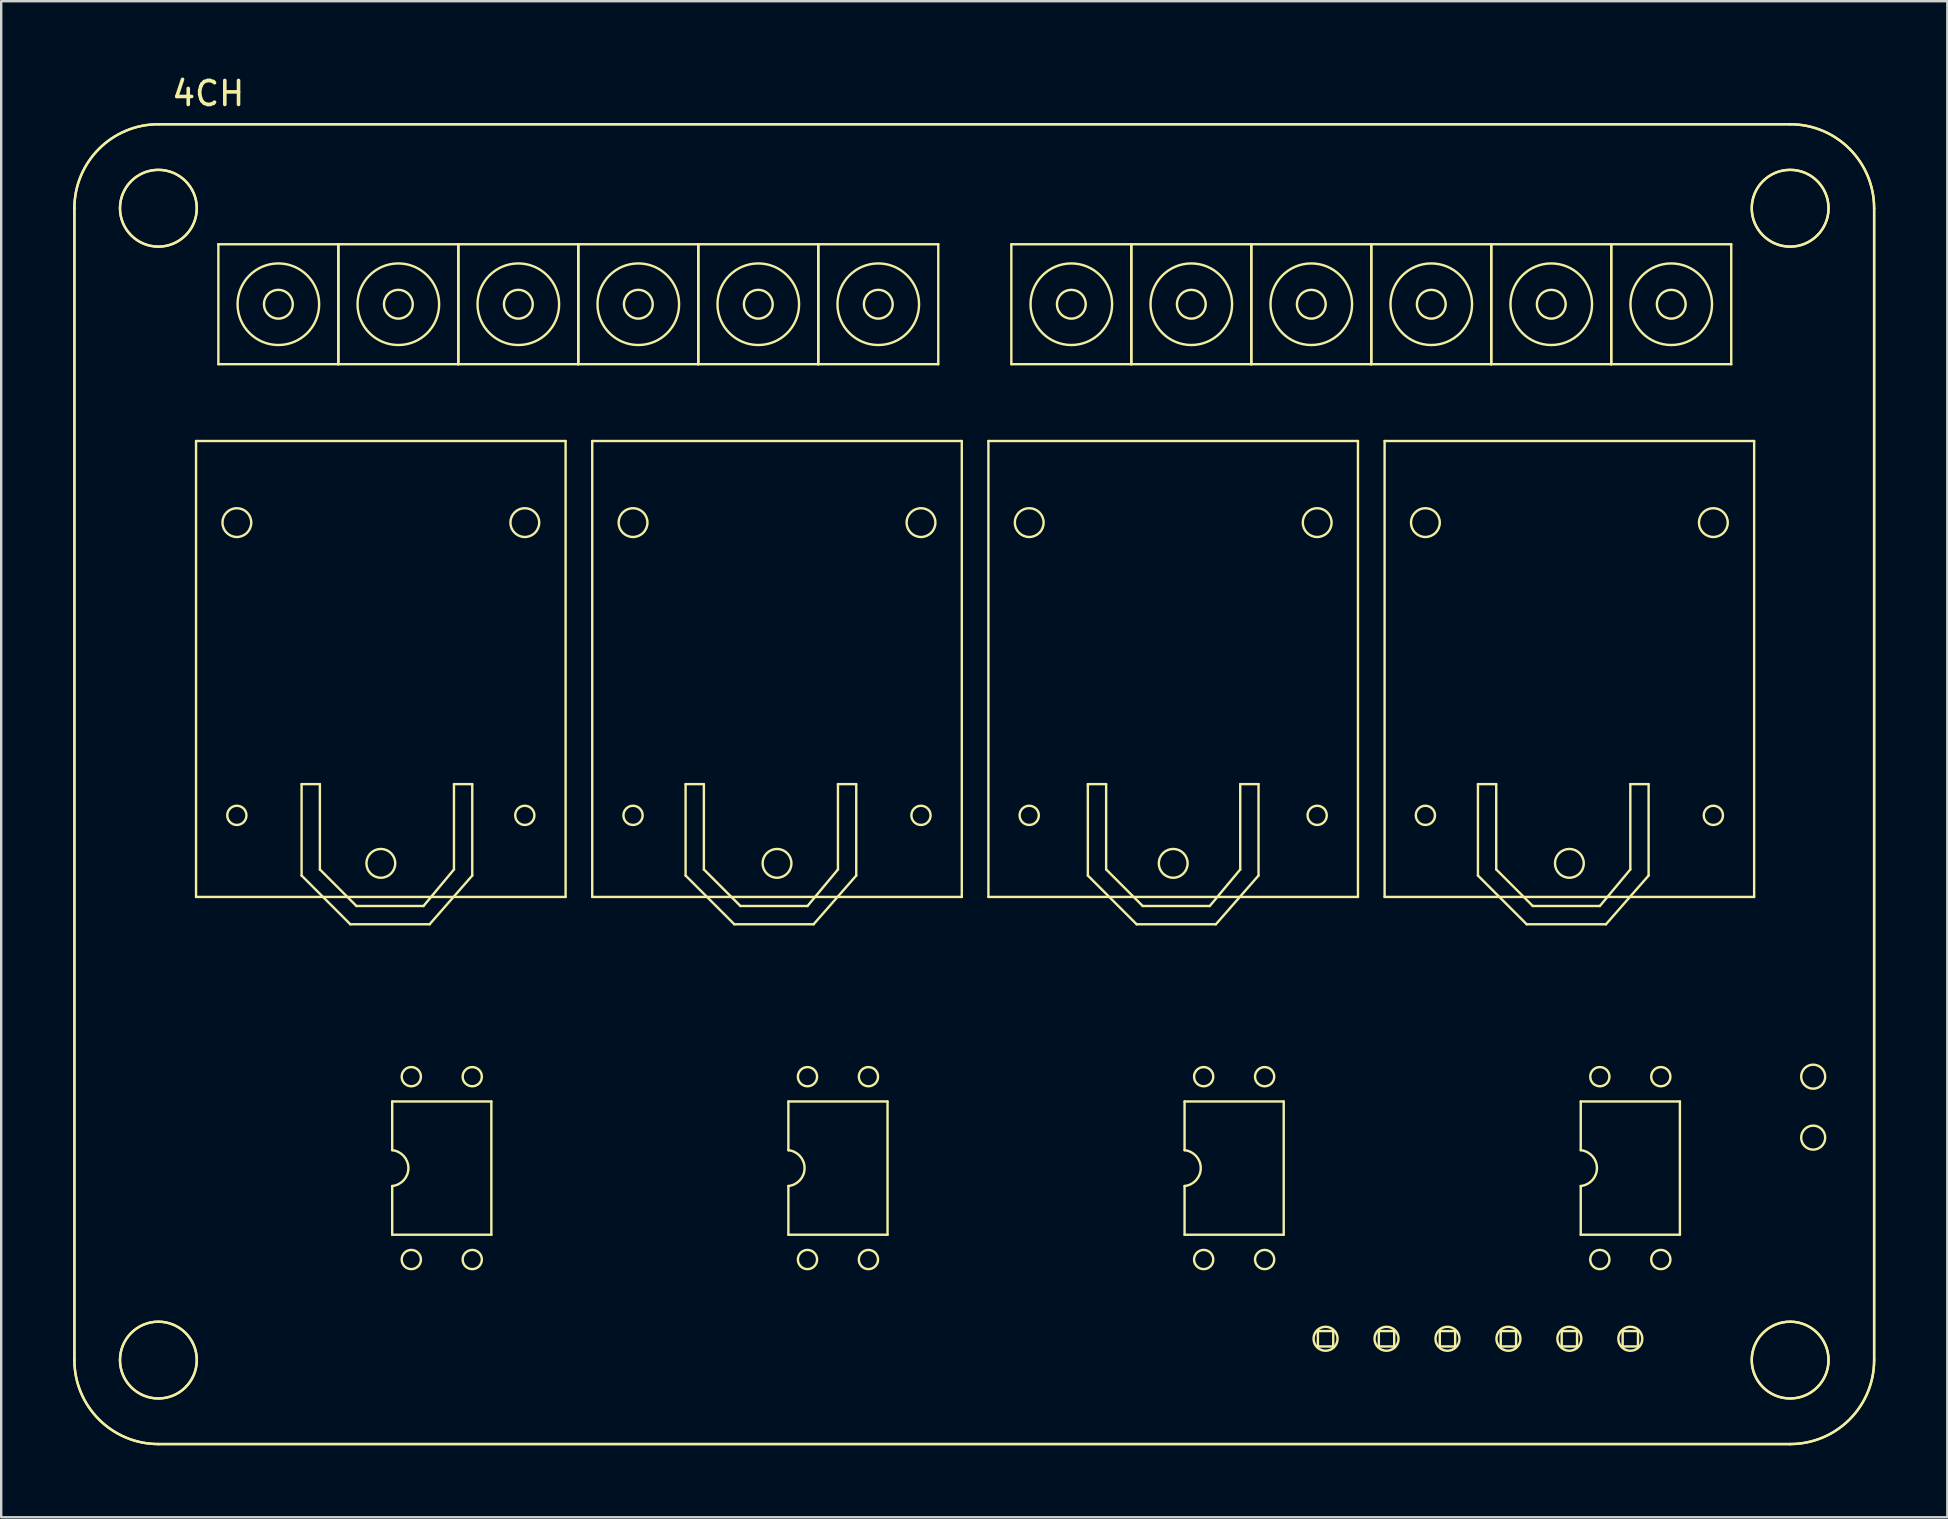
<source format=kicad_pcb>
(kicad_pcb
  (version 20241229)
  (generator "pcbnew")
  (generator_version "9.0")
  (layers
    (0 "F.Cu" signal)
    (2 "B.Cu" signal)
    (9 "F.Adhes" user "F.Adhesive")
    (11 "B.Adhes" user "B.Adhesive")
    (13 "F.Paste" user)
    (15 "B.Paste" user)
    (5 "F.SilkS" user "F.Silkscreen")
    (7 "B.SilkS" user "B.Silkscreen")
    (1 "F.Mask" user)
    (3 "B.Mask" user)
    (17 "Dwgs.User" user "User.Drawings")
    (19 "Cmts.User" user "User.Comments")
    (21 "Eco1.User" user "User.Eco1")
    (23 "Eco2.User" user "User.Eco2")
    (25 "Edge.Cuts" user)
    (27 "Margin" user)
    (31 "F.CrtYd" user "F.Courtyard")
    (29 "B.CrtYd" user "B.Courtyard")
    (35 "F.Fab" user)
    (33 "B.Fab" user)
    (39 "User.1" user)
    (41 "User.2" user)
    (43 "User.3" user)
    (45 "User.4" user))
  (footprint "4CH"
    (layer "F.Cu")
    (at 38.14 34.328)
    (property "Reference" "4CH" (at -32.512 -33.48 0) (unlocked yes) (layer "F.SilkS") (effects (font (size 1 1) (thickness 0.15))))
    (attr smd)
    (fp_line (start -38.09 -28.7) (end -38.09 19.3) (stroke (width 0.1) (type solid)) (layer "F.SilkS"))
    (fp_line (start -38.09 -28.7) (end -38.09 19.3) (stroke (width 0.1) (type solid)) (layer "F.SilkS"))
    (fp_line (start -34.59 22.8) (end 33.41 22.8) (stroke (width 0.1) (type solid)) (layer "F.SilkS"))
    (fp_line (start -34.59 22.8) (end 33.41 22.8) (stroke (width 0.1) (type solid)) (layer "F.SilkS"))
    (fp_line (start -33.02 -19) (end -33.02 0) (stroke (width 0.1) (type solid)) (layer "F.SilkS"))
    (fp_line (start -33.02 0) (end -17.62 0) (stroke (width 0.1) (type solid)) (layer "F.SilkS"))
    (fp_line (start -32.09 -27.2) (end -32.09 -22.2) (stroke (width 0.1) (type solid)) (layer "F.SilkS"))
    (fp_line (start -32.09 -22.2) (end -27.09 -22.2) (stroke (width 0.1) (type solid)) (layer "F.SilkS"))
    (fp_line (start -28.622 -4.702) (end -27.86 -4.702) (stroke (width 0.1) (type solid)) (layer "F.SilkS"))
    (fp_line (start -28.622 -0.892) (end -28.622 -4.702) (stroke (width 0.1) (type solid)) (layer "F.SilkS"))
    (fp_line (start -27.86 -4.702) (end -27.86 -1.146) (stroke (width 0.1) (type solid)) (layer "F.SilkS"))
    (fp_line (start -27.86 -1.146) (end -26.336 0.378) (stroke (width 0.1) (type solid)) (layer "F.SilkS"))
    (fp_line (start -27.09 -27.2) (end -32.09 -27.2) (stroke (width 0.1) (type solid)) (layer "F.SilkS"))
    (fp_line (start -27.09 -27.2) (end -27.09 -22.2) (stroke (width 0.1) (type solid)) (layer "F.SilkS"))
    (fp_line (start -27.09 -22.2) (end -27.09 -27.2) (stroke (width 0.1) (type solid)) (layer "F.SilkS"))
    (fp_line (start -27.09 -22.2) (end -22.09 -22.2) (stroke (width 0.1) (type solid)) (layer "F.SilkS"))
    (fp_line (start -26.59 1.14) (end -28.622 -0.892) (stroke (width 0.1) (type solid)) (layer "F.SilkS"))
    (fp_line (start -26.336 0.378) (end -23.542 0.378) (stroke (width 0.1) (type solid)) (layer "F.SilkS"))
    (fp_line (start -24.846 8.524) (end -24.846 10.554) (stroke (width 0.1) (type solid)) (layer "F.SilkS"))
    (fp_line (start -24.846 12.046) (end -24.846 14.076) (stroke (width 0.1) (type solid)) (layer "F.SilkS"))
    (fp_line (start -24.846 14.076) (end -20.714 14.076) (stroke (width 0.1) (type solid)) (layer "F.SilkS"))
    (fp_line (start -23.542 0.378) (end -22.272 -1.146) (stroke (width 0.1) (type solid)) (layer "F.SilkS"))
    (fp_line (start -23.288 1.14) (end -26.59 1.14) (stroke (width 0.1) (type solid)) (layer "F.SilkS"))
    (fp_line (start -22.272 -4.702) (end -21.51 -4.702) (stroke (width 0.1) (type solid)) (layer "F.SilkS"))
    (fp_line (start -22.272 -1.146) (end -22.272 -4.702) (stroke (width 0.1) (type solid)) (layer "F.SilkS"))
    (fp_line (start -22.09 -27.2) (end -27.09 -27.2) (stroke (width 0.1) (type solid)) (layer "F.SilkS"))
    (fp_line (start -22.09 -27.2) (end -22.09 -22.2) (stroke (width 0.1) (type solid)) (layer "F.SilkS"))
    (fp_line (start -22.09 -22.2) (end -22.09 -27.2) (stroke (width 0.1) (type solid)) (layer "F.SilkS"))
    (fp_line (start -22.09 -22.2) (end -17.09 -22.2) (stroke (width 0.1) (type solid)) (layer "F.SilkS"))
    (fp_line (start -21.51 -4.702) (end -21.51 -0.892) (stroke (width 0.1) (type solid)) (layer "F.SilkS"))
    (fp_line (start -21.51 -0.892) (end -23.288 1.14) (stroke (width 0.1) (type solid)) (layer "F.SilkS"))
    (fp_line (start -20.714 8.524) (end -24.846 8.524) (stroke (width 0.1) (type solid)) (layer "F.SilkS"))
    (fp_line (start -20.714 14.076) (end -20.714 8.524) (stroke (width 0.1) (type solid)) (layer "F.SilkS"))
    (fp_line (start -17.62 -19) (end -33.02 -19) (stroke (width 0.1) (type solid)) (layer "F.SilkS"))
    (fp_line (start -17.62 0) (end -17.62 -19) (stroke (width 0.1) (type solid)) (layer "F.SilkS"))
    (fp_line (start -17.09 -27.2) (end -22.09 -27.2) (stroke (width 0.1) (type solid)) (layer "F.SilkS"))
    (fp_line (start -17.09 -27.2) (end -17.09 -22.2) (stroke (width 0.1) (type solid)) (layer "F.SilkS"))
    (fp_line (start -17.09 -22.2) (end -17.09 -27.2) (stroke (width 0.1) (type solid)) (layer "F.SilkS"))
    (fp_line (start -17.09 -22.2) (end -12.09 -22.2) (stroke (width 0.1) (type solid)) (layer "F.SilkS"))
    (fp_line (start -16.51 -19) (end -16.51 0) (stroke (width 0.1) (type solid)) (layer "F.SilkS"))
    (fp_line (start -16.51 0) (end -1.11 0) (stroke (width 0.1) (type solid)) (layer "F.SilkS"))
    (fp_line (start -12.62 -4.702) (end -11.858 -4.702) (stroke (width 0.1) (type solid)) (layer "F.SilkS"))
    (fp_line (start -12.62 -0.892) (end -12.62 -4.702) (stroke (width 0.1) (type solid)) (layer "F.SilkS"))
    (fp_line (start -12.09 -27.2) (end -17.09 -27.2) (stroke (width 0.1) (type solid)) (layer "F.SilkS"))
    (fp_line (start -12.09 -27.2) (end -12.09 -22.2) (stroke (width 0.1) (type solid)) (layer "F.SilkS"))
    (fp_line (start -12.09 -22.2) (end -12.09 -27.2) (stroke (width 0.1) (type solid)) (layer "F.SilkS"))
    (fp_line (start -12.09 -22.2) (end -7.09 -22.2) (stroke (width 0.1) (type solid)) (layer "F.SilkS"))
    (fp_line (start -11.858 -4.702) (end -11.858 -1.146) (stroke (width 0.1) (type solid)) (layer "F.SilkS"))
    (fp_line (start -11.858 -1.146) (end -10.334 0.378) (stroke (width 0.1) (type solid)) (layer "F.SilkS"))
    (fp_line (start -10.588 1.14) (end -12.62 -0.892) (stroke (width 0.1) (type solid)) (layer "F.SilkS"))
    (fp_line (start -10.334 0.378) (end -7.54 0.378) (stroke (width 0.1) (type solid)) (layer "F.SilkS"))
    (fp_line (start -8.336 8.524) (end -8.336 10.554) (stroke (width 0.1) (type solid)) (layer "F.SilkS"))
    (fp_line (start -8.336 12.046) (end -8.336 14.076) (stroke (width 0.1) (type solid)) (layer "F.SilkS"))
    (fp_line (start -8.336 14.076) (end -4.204 14.076) (stroke (width 0.1) (type solid)) (layer "F.SilkS"))
    (fp_line (start -7.54 0.378) (end -6.27 -1.146) (stroke (width 0.1) (type solid)) (layer "F.SilkS"))
    (fp_line (start -7.286 1.14) (end -10.588 1.14) (stroke (width 0.1) (type solid)) (layer "F.SilkS"))
    (fp_line (start -7.09 -27.2) (end -12.09 -27.2) (stroke (width 0.1) (type solid)) (layer "F.SilkS"))
    (fp_line (start -7.09 -27.2) (end -7.09 -22.2) (stroke (width 0.1) (type solid)) (layer "F.SilkS"))
    (fp_line (start -7.09 -22.2) (end -7.09 -27.2) (stroke (width 0.1) (type solid)) (layer "F.SilkS"))
    (fp_line (start -7.09 -22.2) (end -2.09 -22.2) (stroke (width 0.1) (type solid)) (layer "F.SilkS"))
    (fp_line (start -6.27 -4.702) (end -5.508 -4.702) (stroke (width 0.1) (type solid)) (layer "F.SilkS"))
    (fp_line (start -6.27 -1.146) (end -6.27 -4.702) (stroke (width 0.1) (type solid)) (layer "F.SilkS"))
    (fp_line (start -5.508 -4.702) (end -5.508 -0.892) (stroke (width 0.1) (type solid)) (layer "F.SilkS"))
    (fp_line (start -5.508 -0.892) (end -7.286 1.14) (stroke (width 0.1) (type solid)) (layer "F.SilkS"))
    (fp_line (start -4.204 8.524) (end -8.336 8.524) (stroke (width 0.1) (type solid)) (layer "F.SilkS"))
    (fp_line (start -4.204 14.076) (end -4.204 8.524) (stroke (width 0.1) (type solid)) (layer "F.SilkS"))
    (fp_line (start -2.09 -27.2) (end -7.09 -27.2) (stroke (width 0.1) (type solid)) (layer "F.SilkS"))
    (fp_line (start -2.09 -22.2) (end -2.09 -27.2) (stroke (width 0.1) (type solid)) (layer "F.SilkS"))
    (fp_line (start -1.11 -19) (end -16.51 -19) (stroke (width 0.1) (type solid)) (layer "F.SilkS"))
    (fp_line (start -1.11 0) (end -1.11 -19) (stroke (width 0.1) (type solid)) (layer "F.SilkS"))
    (fp_line (start 0 -19) (end 0 0) (stroke (width 0.1) (type solid)) (layer "F.SilkS"))
    (fp_line (start 0 0) (end 15.4 0) (stroke (width 0.1) (type solid)) (layer "F.SilkS"))
    (fp_line (start 0.955 -27.2) (end 0.955 -22.2) (stroke (width 0.1) (type solid)) (layer "F.SilkS"))
    (fp_line (start 0.955 -22.2) (end 5.955 -22.2) (stroke (width 0.1) (type solid)) (layer "F.SilkS"))
    (fp_line (start 4.144 -4.702) (end 4.906 -4.702) (stroke (width 0.1) (type solid)) (layer "F.SilkS"))
    (fp_line (start 4.144 -0.892) (end 4.144 -4.702) (stroke (width 0.1) (type solid)) (layer "F.SilkS"))
    (fp_line (start 4.906 -4.702) (end 4.906 -1.146) (stroke (width 0.1) (type solid)) (layer "F.SilkS"))
    (fp_line (start 4.906 -1.146) (end 6.43 0.378) (stroke (width 0.1) (type solid)) (layer "F.SilkS"))
    (fp_line (start 5.955 -27.2) (end 0.955 -27.2) (stroke (width 0.1) (type solid)) (layer "F.SilkS"))
    (fp_line (start 5.955 -27.2) (end 5.955 -22.2) (stroke (width 0.1) (type solid)) (layer "F.SilkS"))
    (fp_line (start 5.955 -22.2) (end 5.955 -27.2) (stroke (width 0.1) (type solid)) (layer "F.SilkS"))
    (fp_line (start 5.955 -22.2) (end 10.955 -22.2) (stroke (width 0.1) (type solid)) (layer "F.SilkS"))
    (fp_line (start 6.176 1.14) (end 4.144 -0.892) (stroke (width 0.1) (type solid)) (layer "F.SilkS"))
    (fp_line (start 6.43 0.378) (end 9.224 0.378) (stroke (width 0.1) (type solid)) (layer "F.SilkS"))
    (fp_line (start 8.174 8.524) (end 8.174 10.554) (stroke (width 0.1) (type solid)) (layer "F.SilkS"))
    (fp_line (start 8.174 12.046) (end 8.174 14.076) (stroke (width 0.1) (type solid)) (layer "F.SilkS"))
    (fp_line (start 8.174 14.076) (end 12.306 14.076) (stroke (width 0.1) (type solid)) (layer "F.SilkS"))
    (fp_line (start 9.224 0.378) (end 10.494 -1.146) (stroke (width 0.1) (type solid)) (layer "F.SilkS"))
    (fp_line (start 9.478 1.14) (end 6.176 1.14) (stroke (width 0.1) (type solid)) (layer "F.SilkS"))
    (fp_line (start 10.494 -4.702) (end 11.256 -4.702) (stroke (width 0.1) (type solid)) (layer "F.SilkS"))
    (fp_line (start 10.494 -1.146) (end 10.494 -4.702) (stroke (width 0.1) (type solid)) (layer "F.SilkS"))
    (fp_line (start 10.955 -27.2) (end 5.955 -27.2) (stroke (width 0.1) (type solid)) (layer "F.SilkS"))
    (fp_line (start 10.955 -27.2) (end 10.955 -22.2) (stroke (width 0.1) (type solid)) (layer "F.SilkS"))
    (fp_line (start 10.955 -22.2) (end 10.955 -27.2) (stroke (width 0.1) (type solid)) (layer "F.SilkS"))
    (fp_line (start 10.955 -22.2) (end 15.955 -22.2) (stroke (width 0.1) (type solid)) (layer "F.SilkS"))
    (fp_line (start 11.256 -4.702) (end 11.256 -0.892) (stroke (width 0.1) (type solid)) (layer "F.SilkS"))
    (fp_line (start 11.256 -0.892) (end 9.478 1.14) (stroke (width 0.1) (type solid)) (layer "F.SilkS"))
    (fp_line (start 12.306 8.524) (end 8.174 8.524) (stroke (width 0.1) (type solid)) (layer "F.SilkS"))
    (fp_line (start 12.306 14.076) (end 12.306 8.524) (stroke (width 0.1) (type solid)) (layer "F.SilkS"))
    (fp_line (start 13.73 18.092) (end 13.73 18.732) (stroke (width 0.1) (type solid)) (layer "F.SilkS"))
    (fp_line (start 13.73 18.732) (end 14.37 18.732) (stroke (width 0.1) (type solid)) (layer "F.SilkS"))
    (fp_line (start 14.37 18.092) (end 13.73 18.092) (stroke (width 0.1) (type solid)) (layer "F.SilkS"))
    (fp_line (start 14.37 18.732) (end 14.37 18.092) (stroke (width 0.1) (type solid)) (layer "F.SilkS"))
    (fp_line (start 15.4 -19) (end 0 -19) (stroke (width 0.1) (type solid)) (layer "F.SilkS"))
    (fp_line (start 15.4 0) (end 15.4 -19) (stroke (width 0.1) (type solid)) (layer "F.SilkS"))
    (fp_line (start 15.955 -27.2) (end 10.955 -27.2) (stroke (width 0.1) (type solid)) (layer "F.SilkS"))
    (fp_line (start 15.955 -27.2) (end 15.955 -22.2) (stroke (width 0.1) (type solid)) (layer "F.SilkS"))
    (fp_line (start 15.955 -22.2) (end 15.955 -27.2) (stroke (width 0.1) (type solid)) (layer "F.SilkS"))
    (fp_line (start 15.955 -22.2) (end 20.955 -22.2) (stroke (width 0.1) (type solid)) (layer "F.SilkS"))
    (fp_line (start 16.27 18.092) (end 16.27 18.732) (stroke (width 0.1) (type solid)) (layer "F.SilkS"))
    (fp_line (start 16.27 18.732) (end 16.91 18.732) (stroke (width 0.1) (type solid)) (layer "F.SilkS"))
    (fp_line (start 16.51 -19) (end 16.51 0) (stroke (width 0.1) (type solid)) (layer "F.SilkS"))
    (fp_line (start 16.51 0) (end 31.91 0) (stroke (width 0.1) (type solid)) (layer "F.SilkS"))
    (fp_line (start 16.91 18.092) (end 16.27 18.092) (stroke (width 0.1) (type solid)) (layer "F.SilkS"))
    (fp_line (start 16.91 18.732) (end 16.91 18.092) (stroke (width 0.1) (type solid)) (layer "F.SilkS"))
    (fp_line (start 18.81 18.092) (end 18.81 18.732) (stroke (width 0.1) (type solid)) (layer "F.SilkS"))
    (fp_line (start 18.81 18.732) (end 19.45 18.732) (stroke (width 0.1) (type solid)) (layer "F.SilkS"))
    (fp_line (start 19.45 18.092) (end 18.81 18.092) (stroke (width 0.1) (type solid)) (layer "F.SilkS"))
    (fp_line (start 19.45 18.732) (end 19.45 18.092) (stroke (width 0.1) (type solid)) (layer "F.SilkS"))
    (fp_line (start 20.4 -4.702) (end 21.162 -4.702) (stroke (width 0.1) (type solid)) (layer "F.SilkS"))
    (fp_line (start 20.4 -0.892) (end 20.4 -4.702) (stroke (width 0.1) (type solid)) (layer "F.SilkS"))
    (fp_line (start 20.955 -27.2) (end 15.955 -27.2) (stroke (width 0.1) (type solid)) (layer "F.SilkS"))
    (fp_line (start 20.955 -27.2) (end 20.955 -22.2) (stroke (width 0.1) (type solid)) (layer "F.SilkS"))
    (fp_line (start 20.955 -22.2) (end 20.955 -27.2) (stroke (width 0.1) (type solid)) (layer "F.SilkS"))
    (fp_line (start 20.955 -22.2) (end 25.955 -22.2) (stroke (width 0.1) (type solid)) (layer "F.SilkS"))
    (fp_line (start 21.162 -4.702) (end 21.162 -1.146) (stroke (width 0.1) (type solid)) (layer "F.SilkS"))
    (fp_line (start 21.162 -1.146) (end 22.686 0.378) (stroke (width 0.1) (type solid)) (layer "F.SilkS"))
    (fp_line (start 21.35 18.092) (end 21.35 18.732) (stroke (width 0.1) (type solid)) (layer "F.SilkS"))
    (fp_line (start 21.35 18.732) (end 21.99 18.732) (stroke (width 0.1) (type solid)) (layer "F.SilkS"))
    (fp_line (start 21.99 18.092) (end 21.35 18.092) (stroke (width 0.1) (type solid)) (layer "F.SilkS"))
    (fp_line (start 21.99 18.732) (end 21.99 18.092) (stroke (width 0.1) (type solid)) (layer "F.SilkS"))
    (fp_line (start 22.432 1.14) (end 20.4 -0.892) (stroke (width 0.1) (type solid)) (layer "F.SilkS"))
    (fp_line (start 22.686 0.378) (end 25.48 0.378) (stroke (width 0.1) (type solid)) (layer "F.SilkS"))
    (fp_line (start 23.89 18.092) (end 23.89 18.732) (stroke (width 0.1) (type solid)) (layer "F.SilkS"))
    (fp_line (start 23.89 18.732) (end 24.53 18.732) (stroke (width 0.1) (type solid)) (layer "F.SilkS"))
    (fp_line (start 24.53 18.092) (end 23.89 18.092) (stroke (width 0.1) (type solid)) (layer "F.SilkS"))
    (fp_line (start 24.53 18.732) (end 24.53 18.092) (stroke (width 0.1) (type solid)) (layer "F.SilkS"))
    (fp_line (start 24.684 8.524) (end 24.684 10.554) (stroke (width 0.1) (type solid)) (layer "F.SilkS"))
    (fp_line (start 24.684 12.046) (end 24.684 14.076) (stroke (width 0.1) (type solid)) (layer "F.SilkS"))
    (fp_line (start 24.684 14.076) (end 28.816 14.076) (stroke (width 0.1) (type solid)) (layer "F.SilkS"))
    (fp_line (start 25.48 0.378) (end 26.75 -1.146) (stroke (width 0.1) (type solid)) (layer "F.SilkS"))
    (fp_line (start 25.734 1.14) (end 22.432 1.14) (stroke (width 0.1) (type solid)) (layer "F.SilkS"))
    (fp_line (start 25.955 -27.2) (end 20.955 -27.2) (stroke (width 0.1) (type solid)) (layer "F.SilkS"))
    (fp_line (start 25.955 -27.2) (end 25.955 -22.2) (stroke (width 0.1) (type solid)) (layer "F.SilkS"))
    (fp_line (start 25.955 -22.2) (end 25.955 -27.2) (stroke (width 0.1) (type solid)) (layer "F.SilkS"))
    (fp_line (start 25.955 -22.2) (end 30.955 -22.2) (stroke (width 0.1) (type solid)) (layer "F.SilkS"))
    (fp_line (start 26.43 18.092) (end 26.43 18.732) (stroke (width 0.1) (type solid)) (layer "F.SilkS"))
    (fp_line (start 26.43 18.732) (end 27.07 18.732) (stroke (width 0.1) (type solid)) (layer "F.SilkS"))
    (fp_line (start 26.75 -4.702) (end 27.512 -4.702) (stroke (width 0.1) (type solid)) (layer "F.SilkS"))
    (fp_line (start 26.75 -1.146) (end 26.75 -4.702) (stroke (width 0.1) (type solid)) (layer "F.SilkS"))
    (fp_line (start 27.07 18.092) (end 26.43 18.092) (stroke (width 0.1) (type solid)) (layer "F.SilkS"))
    (fp_line (start 27.07 18.732) (end 27.07 18.092) (stroke (width 0.1) (type solid)) (layer "F.SilkS"))
    (fp_line (start 27.512 -4.702) (end 27.512 -0.892) (stroke (width 0.1) (type solid)) (layer "F.SilkS"))
    (fp_line (start 27.512 -0.892) (end 25.734 1.14) (stroke (width 0.1) (type solid)) (layer "F.SilkS"))
    (fp_line (start 28.816 8.524) (end 24.684 8.524) (stroke (width 0.1) (type solid)) (layer "F.SilkS"))
    (fp_line (start 28.816 14.076) (end 28.816 8.524) (stroke (width 0.1) (type solid)) (layer "F.SilkS"))
    (fp_line (start 30.955 -27.2) (end 25.955 -27.2) (stroke (width 0.1) (type solid)) (layer "F.SilkS"))
    (fp_line (start 30.955 -22.2) (end 30.955 -27.2) (stroke (width 0.1) (type solid)) (layer "F.SilkS"))
    (fp_line (start 31.91 -19) (end 16.51 -19) (stroke (width 0.1) (type solid)) (layer "F.SilkS"))
    (fp_line (start 31.91 0) (end 31.91 -19) (stroke (width 0.1) (type solid)) (layer "F.SilkS"))
    (fp_line (start 33.41 -32.2) (end -34.59 -32.2) (stroke (width 0.1) (type solid)) (layer "F.SilkS"))
    (fp_line (start 33.41 -32.2) (end -34.59 -32.2) (stroke (width 0.1) (type solid)) (layer "F.SilkS"))
    (fp_line (start 36.91 19.3) (end 36.91 -28.7) (stroke (width 0.1) (type solid)) (layer "F.SilkS"))
    (fp_line (start 36.91 19.3) (end 36.91 -28.7) (stroke (width 0.1) (type solid)) (layer "F.SilkS"))
    (fp_arc (start -38.09 -28.7) (mid -37.06487 -31.174878) (end -34.59 -32.2) (stroke (width 0.1) (type solid)) (layer "F.SilkS"))
    (fp_arc (start -38.09 -28.7) (mid -37.06487 -31.174878) (end -34.59 -32.2) (stroke (width 0.1) (type solid)) (layer "F.SilkS"))
    (fp_arc (start -34.59 22.8) (mid -37.064838 21.774857) (end -38.09 19.3) (stroke (width 0.1) (type solid)) (layer "F.SilkS"))
    (fp_arc (start -34.59 22.8) (mid -37.064838 21.774857) (end -38.09 19.3) (stroke (width 0.1) (type solid)) (layer "F.SilkS"))
    (fp_arc (start -24.846277 10.553759) (mid -24.171239 11.300016) (end -24.846277 12.046241) (stroke (width 0.1) (type solid)) (layer "F.SilkS"))
    (fp_arc (start -8.336277 10.553759) (mid -7.661239 11.300016) (end -8.336277 12.046241) (stroke (width 0.1) (type solid)) (layer "F.SilkS"))
    (fp_arc (start 8.173723 10.553759) (mid 8.848761 11.300016) (end 8.173723 12.046241) (stroke (width 0.1) (type solid)) (layer "F.SilkS"))
    (fp_arc (start 24.683723 10.553759) (mid 25.358761 11.300016) (end 24.683723 12.046241) (stroke (width 0.1) (type solid)) (layer "F.SilkS"))
    (fp_arc (start 33.41 -32.2) (mid 35.884909 -31.174891) (end 36.91 -28.7) (stroke (width 0.1) (type solid)) (layer "F.SilkS"))
    (fp_arc (start 33.41 -32.2) (mid 35.884909 -31.174891) (end 36.91 -28.7) (stroke (width 0.1) (type solid)) (layer "F.SilkS"))
    (fp_arc (start 36.91 19.3) (mid 35.884877 21.774869) (end 33.41 22.8) (stroke (width 0.1) (type solid)) (layer "F.SilkS"))
    (fp_arc (start 36.91 19.3) (mid 35.884877 21.774869) (end 33.41 22.8) (stroke (width 0.1) (type solid)) (layer "F.SilkS"))
    (fp_circle (center -34.59 -28.7) (end -36.19 -28.7) (stroke (width 0.1) (type solid)) (fill no) (layer "F.SilkS"))
    (fp_circle (center -34.59 -28.7) (end -36.19 -28.7) (stroke (width 0.1) (type solid)) (fill no) (layer "F.SilkS"))
    (fp_circle (center -34.59 19.3) (end -36.19 19.3) (stroke (width 0.1) (type solid)) (fill no) (layer "F.SilkS"))
    (fp_circle (center -34.59 19.3) (end -36.19 19.3) (stroke (width 0.1) (type solid)) (fill no) (layer "F.SilkS"))
    (fp_circle (center -31.32 -15.6) (end -31.92 -15.6) (stroke (width 0.1) (type solid)) (fill no) (layer "F.SilkS"))
    (fp_circle (center -31.32 -3.4) (end -31.72 -3.4) (stroke (width 0.1) (type solid)) (fill no) (layer "F.SilkS"))
    (fp_circle (center -29.59 -24.7) (end -31.29 -24.7) (stroke (width 0.1) (type solid)) (fill no) (layer "F.SilkS"))
    (fp_circle (center -29.59 -24.7) (end -30.19 -24.7) (stroke (width 0.1) (type solid)) (fill no) (layer "F.SilkS"))
    (fp_circle (center -25.32 -1.4) (end -25.92 -1.4) (stroke (width 0.1) (type solid)) (fill no) (layer "F.SilkS"))
    (fp_circle (center -24.59 -24.7) (end -26.29 -24.7) (stroke (width 0.1) (type solid)) (fill no) (layer "F.SilkS"))
    (fp_circle (center -24.59 -24.7) (end -25.19 -24.7) (stroke (width 0.1) (type solid)) (fill no) (layer "F.SilkS"))
    (fp_circle (center -24.05 7.49) (end -24.45 7.49) (stroke (width 0.1) (type solid)) (fill no) (layer "F.SilkS"))
    (fp_circle (center -24.05 15.11) (end -24.45 15.11) (stroke (width 0.1) (type solid)) (fill no) (layer "F.SilkS"))
    (fp_circle (center -21.51 7.49) (end -21.91 7.49) (stroke (width 0.1) (type solid)) (fill no) (layer "F.SilkS"))
    (fp_circle (center -21.51 15.11) (end -21.91 15.11) (stroke (width 0.1) (type solid)) (fill no) (layer "F.SilkS"))
    (fp_circle (center -19.59 -24.7) (end -21.29 -24.7) (stroke (width 0.1) (type solid)) (fill no) (layer "F.SilkS"))
    (fp_circle (center -19.59 -24.7) (end -20.19 -24.7) (stroke (width 0.1) (type solid)) (fill no) (layer "F.SilkS"))
    (fp_circle (center -19.32 -15.6) (end -19.92 -15.6) (stroke (width 0.1) (type solid)) (fill no) (layer "F.SilkS"))
    (fp_circle (center -19.32 -3.4) (end -19.72 -3.4) (stroke (width 0.1) (type solid)) (fill no) (layer "F.SilkS"))
    (fp_circle (center -14.81 -15.6) (end -15.41 -15.6) (stroke (width 0.1) (type solid)) (fill no) (layer "F.SilkS"))
    (fp_circle (center -14.81 -3.4) (end -15.21 -3.4) (stroke (width 0.1) (type solid)) (fill no) (layer "F.SilkS"))
    (fp_circle (center -14.59 -24.7) (end -16.29 -24.7) (stroke (width 0.1) (type solid)) (fill no) (layer "F.SilkS"))
    (fp_circle (center -14.59 -24.7) (end -15.19 -24.7) (stroke (width 0.1) (type solid)) (fill no) (layer "F.SilkS"))
    (fp_circle (center -9.59 -24.7) (end -11.29 -24.7) (stroke (width 0.1) (type solid)) (fill no) (layer "F.SilkS"))
    (fp_circle (center -9.59 -24.7) (end -10.19 -24.7) (stroke (width 0.1) (type solid)) (fill no) (layer "F.SilkS"))
    (fp_circle (center -8.81 -1.4) (end -9.41 -1.4) (stroke (width 0.1) (type solid)) (fill no) (layer "F.SilkS"))
    (fp_circle (center -7.54 7.49) (end -7.94 7.49) (stroke (width 0.1) (type solid)) (fill no) (layer "F.SilkS"))
    (fp_circle (center -7.54 15.11) (end -7.94 15.11) (stroke (width 0.1) (type solid)) (fill no) (layer "F.SilkS"))
    (fp_circle (center -5 7.49) (end -5.4 7.49) (stroke (width 0.1) (type solid)) (fill no) (layer "F.SilkS"))
    (fp_circle (center -5 15.11) (end -5.4 15.11) (stroke (width 0.1) (type solid)) (fill no) (layer "F.SilkS"))
    (fp_circle (center -4.59 -24.7) (end -6.29 -24.7) (stroke (width 0.1) (type solid)) (fill no) (layer "F.SilkS"))
    (fp_circle (center -4.59 -24.7) (end -5.19 -24.7) (stroke (width 0.1) (type solid)) (fill no) (layer "F.SilkS"))
    (fp_circle (center -2.81 -15.6) (end -3.41 -15.6) (stroke (width 0.1) (type solid)) (fill no) (layer "F.SilkS"))
    (fp_circle (center -2.81 -3.4) (end -3.21 -3.4) (stroke (width 0.1) (type solid)) (fill no) (layer "F.SilkS"))
    (fp_circle (center 1.7 -15.6) (end 1.1 -15.6) (stroke (width 0.1) (type solid)) (fill no) (layer "F.SilkS"))
    (fp_circle (center 1.7 -3.4) (end 1.3 -3.4) (stroke (width 0.1) (type solid)) (fill no) (layer "F.SilkS"))
    (fp_circle (center 3.455 -24.7) (end 1.755 -24.7) (stroke (width 0.1) (type solid)) (fill no) (layer "F.SilkS"))
    (fp_circle (center 3.455 -24.7) (end 2.855 -24.7) (stroke (width 0.1) (type solid)) (fill no) (layer "F.SilkS"))
    (fp_circle (center 7.7 -1.4) (end 7.1 -1.4) (stroke (width 0.1) (type solid)) (fill no) (layer "F.SilkS"))
    (fp_circle (center 8.455 -24.7) (end 6.755 -24.7) (stroke (width 0.1) (type solid)) (fill no) (layer "F.SilkS"))
    (fp_circle (center 8.455 -24.7) (end 7.855 -24.7) (stroke (width 0.1) (type solid)) (fill no) (layer "F.SilkS"))
    (fp_circle (center 8.97 7.49) (end 8.57 7.49) (stroke (width 0.1) (type solid)) (fill no) (layer "F.SilkS"))
    (fp_circle (center 8.97 15.11) (end 8.57 15.11) (stroke (width 0.1) (type solid)) (fill no) (layer "F.SilkS"))
    (fp_circle (center 11.51 7.49) (end 11.11 7.49) (stroke (width 0.1) (type solid)) (fill no) (layer "F.SilkS"))
    (fp_circle (center 11.51 15.11) (end 11.11 15.11) (stroke (width 0.1) (type solid)) (fill no) (layer "F.SilkS"))
    (fp_circle (center 13.455 -24.7) (end 11.755 -24.7) (stroke (width 0.1) (type solid)) (fill no) (layer "F.SilkS"))
    (fp_circle (center 13.455 -24.7) (end 12.855 -24.7) (stroke (width 0.1) (type solid)) (fill no) (layer "F.SilkS"))
    (fp_circle (center 13.7 -15.6) (end 13.1 -15.6) (stroke (width 0.1) (type solid)) (fill no) (layer "F.SilkS"))
    (fp_circle (center 13.7 -3.4) (end 13.3 -3.4) (stroke (width 0.1) (type solid)) (fill no) (layer "F.SilkS"))
    (fp_circle (center 14.05 18.412) (end 13.55 18.412) (stroke (width 0.1) (type solid)) (fill no) (layer "F.SilkS"))
    (fp_circle (center 16.59 18.412) (end 16.09 18.412) (stroke (width 0.1) (type solid)) (fill no) (layer "F.SilkS"))
    (fp_circle (center 18.21 -15.6) (end 17.61 -15.6) (stroke (width 0.1) (type solid)) (fill no) (layer "F.SilkS"))
    (fp_circle (center 18.21 -3.4) (end 17.81 -3.4) (stroke (width 0.1) (type solid)) (fill no) (layer "F.SilkS"))
    (fp_circle (center 18.455 -24.7) (end 16.755 -24.7) (stroke (width 0.1) (type solid)) (fill no) (layer "F.SilkS"))
    (fp_circle (center 18.455 -24.7) (end 17.855 -24.7) (stroke (width 0.1) (type solid)) (fill no) (layer "F.SilkS"))
    (fp_circle (center 19.13 18.412) (end 18.63 18.412) (stroke (width 0.1) (type solid)) (fill no) (layer "F.SilkS"))
    (fp_circle (center 21.67 18.412) (end 21.17 18.412) (stroke (width 0.1) (type solid)) (fill no) (layer "F.SilkS"))
    (fp_circle (center 23.455 -24.7) (end 21.755 -24.7) (stroke (width 0.1) (type solid)) (fill no) (layer "F.SilkS"))
    (fp_circle (center 23.455 -24.7) (end 22.855 -24.7) (stroke (width 0.1) (type solid)) (fill no) (layer "F.SilkS"))
    (fp_circle (center 24.21 -1.4) (end 23.61 -1.4) (stroke (width 0.1) (type solid)) (fill no) (layer "F.SilkS"))
    (fp_circle (center 24.21 18.412) (end 23.71 18.412) (stroke (width 0.1) (type solid)) (fill no) (layer "F.SilkS"))
    (fp_circle (center 25.48 7.49) (end 25.08 7.49) (stroke (width 0.1) (type solid)) (fill no) (layer "F.SilkS"))
    (fp_circle (center 25.48 15.11) (end 25.08 15.11) (stroke (width 0.1) (type solid)) (fill no) (layer "F.SilkS"))
    (fp_circle (center 26.75 18.412) (end 26.25 18.412) (stroke (width 0.1) (type solid)) (fill no) (layer "F.SilkS"))
    (fp_circle (center 28.02 7.49) (end 27.62 7.49) (stroke (width 0.1) (type solid)) (fill no) (layer "F.SilkS"))
    (fp_circle (center 28.02 15.11) (end 27.62 15.11) (stroke (width 0.1) (type solid)) (fill no) (layer "F.SilkS"))
    (fp_circle (center 28.455 -24.7) (end 26.755 -24.7) (stroke (width 0.1) (type solid)) (fill no) (layer "F.SilkS"))
    (fp_circle (center 28.455 -24.7) (end 27.855 -24.7) (stroke (width 0.1) (type solid)) (fill no) (layer "F.SilkS"))
    (fp_circle (center 30.21 -15.6) (end 29.61 -15.6) (stroke (width 0.1) (type solid)) (fill no) (layer "F.SilkS"))
    (fp_circle (center 30.21 -3.4) (end 29.81 -3.4) (stroke (width 0.1) (type solid)) (fill no) (layer "F.SilkS"))
    (fp_circle (center 33.41 -28.7) (end 31.81 -28.7) (stroke (width 0.1) (type solid)) (fill no) (layer "F.SilkS"))
    (fp_circle (center 33.41 -28.7) (end 31.81 -28.7) (stroke (width 0.1) (type solid)) (fill no) (layer "F.SilkS"))
    (fp_circle (center 33.41 19.3) (end 31.81 19.3) (stroke (width 0.1) (type solid)) (fill no) (layer "F.SilkS"))
    (fp_circle (center 33.41 19.3) (end 31.81 19.3) (stroke (width 0.1) (type solid)) (fill no) (layer "F.SilkS"))
    (fp_circle (center 34.37 7.49) (end 33.87 7.49) (stroke (width 0.1) (type solid)) (fill no) (layer "F.SilkS"))
    (fp_circle (center 34.37 10.03) (end 33.87 10.03) (stroke (width 0.1) (type solid)) (fill no) (layer "F.SilkS")))
  (gr_rect
    (start -3 -3)
    (end 78.1 60.178)
    (stroke (width 0.1) (type default))
    (fill no)
    (layer "Edge.Cuts")))
</source>
